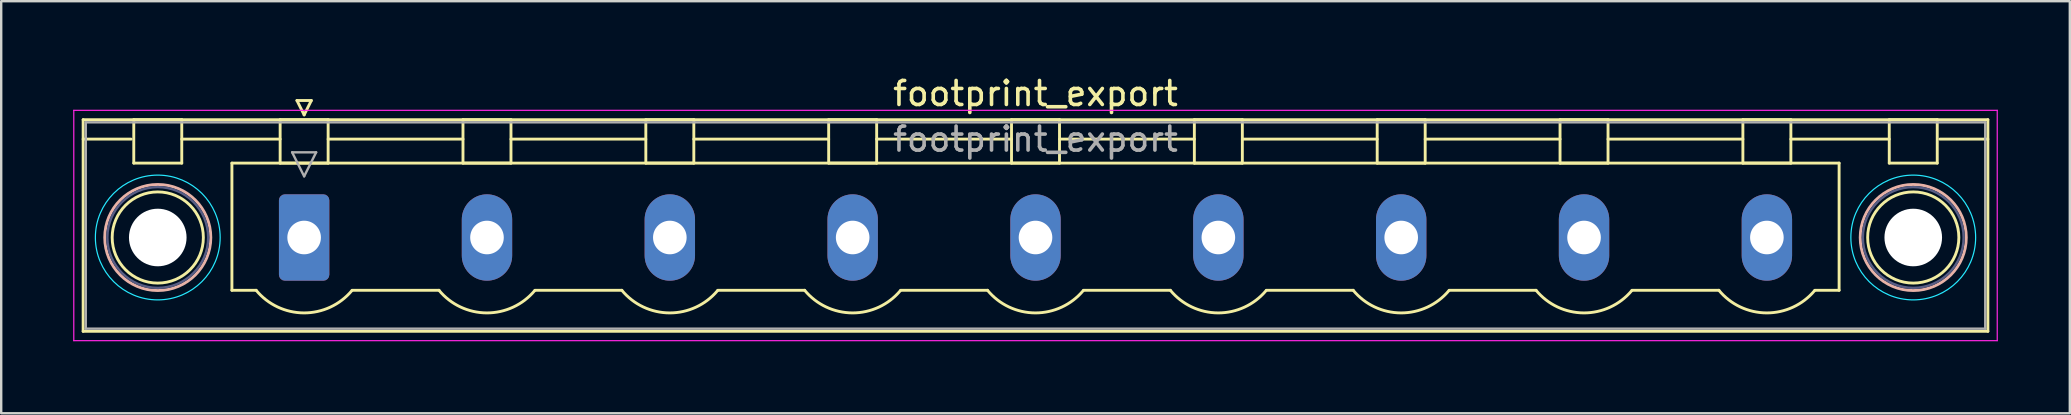
<source format=kicad_pcb>
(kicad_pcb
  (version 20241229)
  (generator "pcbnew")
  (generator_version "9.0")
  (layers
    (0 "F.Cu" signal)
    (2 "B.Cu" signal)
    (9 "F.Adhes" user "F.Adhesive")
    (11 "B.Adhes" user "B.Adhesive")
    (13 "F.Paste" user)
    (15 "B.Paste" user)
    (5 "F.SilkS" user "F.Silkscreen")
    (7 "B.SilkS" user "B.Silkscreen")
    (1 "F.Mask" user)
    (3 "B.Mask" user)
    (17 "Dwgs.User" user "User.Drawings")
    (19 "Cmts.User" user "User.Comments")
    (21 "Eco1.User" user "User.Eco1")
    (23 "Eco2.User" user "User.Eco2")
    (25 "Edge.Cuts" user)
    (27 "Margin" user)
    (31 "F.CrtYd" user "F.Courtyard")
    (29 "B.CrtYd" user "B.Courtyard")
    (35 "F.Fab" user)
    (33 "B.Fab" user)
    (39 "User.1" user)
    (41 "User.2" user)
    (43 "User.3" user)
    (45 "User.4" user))
  (footprint "footprint_export"
    (layer "F.Cu")
    (at 9.625 6.848)
    (property "Reference" "footprint_export" (at 30.48 -6 0) (layer "F.SilkS") (effects (font (size 1 1) (thickness 0.15))))
    (attr through_hole)
    (fp_line (start -9.21 -4.91) (end -9.21 3.91) (stroke (width 0.12) (type solid)) (layer "F.SilkS"))
    (fp_line (start -9.21 -4.1) (end -7.21 -4.1) (stroke (width 0.12) (type solid)) (layer "F.SilkS"))
    (fp_line (start -9.21 3.91) (end 70.17 3.91) (stroke (width 0.12) (type solid)) (layer "F.SilkS"))
    (fp_line (start -7.1 -4.91) (end -5.1 -4.91) (stroke (width 0.12) (type solid)) (layer "F.SilkS"))
    (fp_line (start -7.1 -3.1) (end -7.1 -4.91) (stroke (width 0.12) (type solid)) (layer "F.SilkS"))
    (fp_line (start -5.1 -4.91) (end -5.1 -3.1) (stroke (width 0.12) (type solid)) (layer "F.SilkS"))
    (fp_line (start -5.1 -4.1) (end -1 -4.1) (stroke (width 0.12) (type solid)) (layer "F.SilkS"))
    (fp_line (start -5.1 -3.1) (end -7.1 -3.1) (stroke (width 0.12) (type solid)) (layer "F.SilkS"))
    (fp_line (start -3.01 -3.1) (end 63.97 -3.1) (stroke (width 0.12) (type solid)) (layer "F.SilkS"))
    (fp_line (start -3.01 2.2) (end -3.01 -3.1) (stroke (width 0.12) (type solid)) (layer "F.SilkS"))
    (fp_line (start -2 2.2) (end -3.01 2.2) (stroke (width 0.12) (type solid)) (layer "F.SilkS"))
    (fp_line (start -1 -4.91) (end 1 -4.91) (stroke (width 0.12) (type solid)) (layer "F.SilkS"))
    (fp_line (start -1 -3.1) (end -1 -4.91) (stroke (width 0.12) (type solid)) (layer "F.SilkS"))
    (fp_line (start -0.3 -5.71) (end 0.3 -5.71) (stroke (width 0.12) (type solid)) (layer "F.SilkS"))
    (fp_line (start 0 -5.11) (end -0.3 -5.71) (stroke (width 0.12) (type solid)) (layer "F.SilkS"))
    (fp_line (start 0.3 -5.71) (end 0 -5.11) (stroke (width 0.12) (type solid)) (layer "F.SilkS"))
    (fp_line (start 1 -4.91) (end 1 -3.1) (stroke (width 0.12) (type solid)) (layer "F.SilkS"))
    (fp_line (start 1 -4.1) (end 6.62 -4.1) (stroke (width 0.12) (type solid)) (layer "F.SilkS"))
    (fp_line (start 1 -3.1) (end -1 -3.1) (stroke (width 0.12) (type solid)) (layer "F.SilkS"))
    (fp_line (start 2 2.2) (end 5.62 2.2) (stroke (width 0.12) (type solid)) (layer "F.SilkS"))
    (fp_line (start 6.62 -4.91) (end 8.62 -4.91) (stroke (width 0.12) (type solid)) (layer "F.SilkS"))
    (fp_line (start 6.62 -3.1) (end 6.62 -4.91) (stroke (width 0.12) (type solid)) (layer "F.SilkS"))
    (fp_line (start 8.62 -4.91) (end 8.62 -3.1) (stroke (width 0.12) (type solid)) (layer "F.SilkS"))
    (fp_line (start 8.62 -4.1) (end 14.24 -4.1) (stroke (width 0.12) (type solid)) (layer "F.SilkS"))
    (fp_line (start 8.62 -3.1) (end 6.62 -3.1) (stroke (width 0.12) (type solid)) (layer "F.SilkS"))
    (fp_line (start 9.62 2.2) (end 13.24 2.2) (stroke (width 0.12) (type solid)) (layer "F.SilkS"))
    (fp_line (start 14.24 -4.91) (end 16.24 -4.91) (stroke (width 0.12) (type solid)) (layer "F.SilkS"))
    (fp_line (start 14.24 -3.1) (end 14.24 -4.91) (stroke (width 0.12) (type solid)) (layer "F.SilkS"))
    (fp_line (start 16.24 -4.91) (end 16.24 -3.1) (stroke (width 0.12) (type solid)) (layer "F.SilkS"))
    (fp_line (start 16.24 -4.1) (end 21.86 -4.1) (stroke (width 0.12) (type solid)) (layer "F.SilkS"))
    (fp_line (start 16.24 -3.1) (end 14.24 -3.1) (stroke (width 0.12) (type solid)) (layer "F.SilkS"))
    (fp_line (start 17.24 2.2) (end 20.86 2.2) (stroke (width 0.12) (type solid)) (layer "F.SilkS"))
    (fp_line (start 21.86 -4.91) (end 23.86 -4.91) (stroke (width 0.12) (type solid)) (layer "F.SilkS"))
    (fp_line (start 21.86 -3.1) (end 21.86 -4.91) (stroke (width 0.12) (type solid)) (layer "F.SilkS"))
    (fp_line (start 23.86 -4.91) (end 23.86 -3.1) (stroke (width 0.12) (type solid)) (layer "F.SilkS"))
    (fp_line (start 23.86 -4.1) (end 29.48 -4.1) (stroke (width 0.12) (type solid)) (layer "F.SilkS"))
    (fp_line (start 23.86 -3.1) (end 21.86 -3.1) (stroke (width 0.12) (type solid)) (layer "F.SilkS"))
    (fp_line (start 24.86 2.2) (end 28.48 2.2) (stroke (width 0.12) (type solid)) (layer "F.SilkS"))
    (fp_line (start 29.48 -4.91) (end 31.48 -4.91) (stroke (width 0.12) (type solid)) (layer "F.SilkS"))
    (fp_line (start 29.48 -3.1) (end 29.48 -4.91) (stroke (width 0.12) (type solid)) (layer "F.SilkS"))
    (fp_line (start 31.48 -4.91) (end 31.48 -3.1) (stroke (width 0.12) (type solid)) (layer "F.SilkS"))
    (fp_line (start 31.48 -4.1) (end 37.1 -4.1) (stroke (width 0.12) (type solid)) (layer "F.SilkS"))
    (fp_line (start 31.48 -3.1) (end 29.48 -3.1) (stroke (width 0.12) (type solid)) (layer "F.SilkS"))
    (fp_line (start 32.48 2.2) (end 36.1 2.2) (stroke (width 0.12) (type solid)) (layer "F.SilkS"))
    (fp_line (start 37.1 -4.91) (end 39.1 -4.91) (stroke (width 0.12) (type solid)) (layer "F.SilkS"))
    (fp_line (start 37.1 -3.1) (end 37.1 -4.91) (stroke (width 0.12) (type solid)) (layer "F.SilkS"))
    (fp_line (start 39.1 -4.91) (end 39.1 -3.1) (stroke (width 0.12) (type solid)) (layer "F.SilkS"))
    (fp_line (start 39.1 -4.1) (end 44.72 -4.1) (stroke (width 0.12) (type solid)) (layer "F.SilkS"))
    (fp_line (start 39.1 -3.1) (end 37.1 -3.1) (stroke (width 0.12) (type solid)) (layer "F.SilkS"))
    (fp_line (start 40.1 2.2) (end 43.72 2.2) (stroke (width 0.12) (type solid)) (layer "F.SilkS"))
    (fp_line (start 44.72 -4.91) (end 46.72 -4.91) (stroke (width 0.12) (type solid)) (layer "F.SilkS"))
    (fp_line (start 44.72 -3.1) (end 44.72 -4.91) (stroke (width 0.12) (type solid)) (layer "F.SilkS"))
    (fp_line (start 46.72 -4.91) (end 46.72 -3.1) (stroke (width 0.12) (type solid)) (layer "F.SilkS"))
    (fp_line (start 46.72 -4.1) (end 52.34 -4.1) (stroke (width 0.12) (type solid)) (layer "F.SilkS"))
    (fp_line (start 46.72 -3.1) (end 44.72 -3.1) (stroke (width 0.12) (type solid)) (layer "F.SilkS"))
    (fp_line (start 47.72 2.2) (end 51.34 2.2) (stroke (width 0.12) (type solid)) (layer "F.SilkS"))
    (fp_line (start 52.34 -4.91) (end 54.34 -4.91) (stroke (width 0.12) (type solid)) (layer "F.SilkS"))
    (fp_line (start 52.34 -3.1) (end 52.34 -4.91) (stroke (width 0.12) (type solid)) (layer "F.SilkS"))
    (fp_line (start 54.34 -4.91) (end 54.34 -3.1) (stroke (width 0.12) (type solid)) (layer "F.SilkS"))
    (fp_line (start 54.34 -4.1) (end 59.96 -4.1) (stroke (width 0.12) (type solid)) (layer "F.SilkS"))
    (fp_line (start 54.34 -3.1) (end 52.34 -3.1) (stroke (width 0.12) (type solid)) (layer "F.SilkS"))
    (fp_line (start 55.34 2.2) (end 58.96 2.2) (stroke (width 0.12) (type solid)) (layer "F.SilkS"))
    (fp_line (start 59.96 -4.91) (end 61.96 -4.91) (stroke (width 0.12) (type solid)) (layer "F.SilkS"))
    (fp_line (start 59.96 -3.1) (end 59.96 -4.91) (stroke (width 0.12) (type solid)) (layer "F.SilkS"))
    (fp_line (start 61.96 -4.91) (end 61.96 -3.1) (stroke (width 0.12) (type solid)) (layer "F.SilkS"))
    (fp_line (start 61.96 -4.1) (end 66.06 -4.1) (stroke (width 0.12) (type solid)) (layer "F.SilkS"))
    (fp_line (start 61.96 -3.1) (end 59.96 -3.1) (stroke (width 0.12) (type solid)) (layer "F.SilkS"))
    (fp_line (start 63.97 -3.1) (end 63.97 2.2) (stroke (width 0.12) (type solid)) (layer "F.SilkS"))
    (fp_line (start 63.97 2.2) (end 62.96 2.2) (stroke (width 0.12) (type solid)) (layer "F.SilkS"))
    (fp_line (start 66.06 -4.91) (end 68.06 -4.91) (stroke (width 0.12) (type solid)) (layer "F.SilkS"))
    (fp_line (start 66.06 -3.1) (end 66.06 -4.91) (stroke (width 0.12) (type solid)) (layer "F.SilkS"))
    (fp_line (start 68.06 -4.91) (end 68.06 -3.1) (stroke (width 0.12) (type solid)) (layer "F.SilkS"))
    (fp_line (start 68.06 -3.1) (end 66.06 -3.1) (stroke (width 0.12) (type solid)) (layer "F.SilkS"))
    (fp_line (start 70.17 -4.91) (end -9.21 -4.91) (stroke (width 0.12) (type solid)) (layer "F.SilkS"))
    (fp_line (start 70.17 -4.1) (end 68.17 -4.1) (stroke (width 0.12) (type solid)) (layer "F.SilkS"))
    (fp_line (start 70.17 3.91) (end 70.17 -4.91) (stroke (width 0.12) (type solid)) (layer "F.SilkS"))
    (fp_arc (start 1.986842 2.215821) (mid -0.010289 3.142758) (end -2 2.2) (stroke (width 0.12) (type solid)) (layer "F.SilkS"))
    (fp_arc (start 9.606842 2.215821) (mid 7.609711 3.142758) (end 5.62 2.2) (stroke (width 0.12) (type solid)) (layer "F.SilkS"))
    (fp_arc (start 17.226842 2.215821) (mid 15.229711 3.142758) (end 13.24 2.2) (stroke (width 0.12) (type solid)) (layer "F.SilkS"))
    (fp_arc (start 24.846842 2.215821) (mid 22.849711 3.142758) (end 20.86 2.2) (stroke (width 0.12) (type solid)) (layer "F.SilkS"))
    (fp_arc (start 32.466842 2.215821) (mid 30.469711 3.142758) (end 28.48 2.2) (stroke (width 0.12) (type solid)) (layer "F.SilkS"))
    (fp_arc (start 40.086842 2.215821) (mid 38.089711 3.142758) (end 36.1 2.2) (stroke (width 0.12) (type solid)) (layer "F.SilkS"))
    (fp_arc (start 47.706842 2.215821) (mid 45.709711 3.142758) (end 43.72 2.2) (stroke (width 0.12) (type solid)) (layer "F.SilkS"))
    (fp_arc (start 55.326842 2.215821) (mid 53.329711 3.142758) (end 51.34 2.2) (stroke (width 0.12) (type solid)) (layer "F.SilkS"))
    (fp_arc (start 62.946842 2.215821) (mid 60.949711 3.142758) (end 58.96 2.2) (stroke (width 0.12) (type solid)) (layer "F.SilkS"))
    (fp_circle (center -6.1 0) (end -4.2 0) (stroke (width 0.12) (type solid)) (fill no) (layer "F.SilkS"))
    (fp_circle (center 67.06 0) (end 68.96 0) (stroke (width 0.12) (type solid)) (fill no) (layer "F.SilkS"))
    (fp_circle (center -6.1 0) (end -3.89 0) (stroke (width 0.12) (type solid)) (fill no) (layer "B.SilkS"))
    (fp_circle (center 67.06 0) (end 69.27 0) (stroke (width 0.12) (type solid)) (fill no) (layer "B.SilkS"))
    (fp_circle (center -6.1 0) (end -3.5 0) (stroke (width 0.05) (type solid)) (fill no) (layer "B.CrtYd"))
    (fp_circle (center 67.06 0) (end 69.66 0) (stroke (width 0.05) (type solid)) (fill no) (layer "B.CrtYd"))
    (fp_line (start -9.6 -5.3) (end -9.6 4.3) (stroke (width 0.05) (type solid)) (layer "F.CrtYd"))
    (fp_line (start -9.6 4.3) (end 70.56 4.3) (stroke (width 0.05) (type solid)) (layer "F.CrtYd"))
    (fp_line (start 70.56 -5.3) (end -9.6 -5.3) (stroke (width 0.05) (type solid)) (layer "F.CrtYd"))
    (fp_line (start 70.56 4.3) (end 70.56 -5.3) (stroke (width 0.05) (type solid)) (layer "F.CrtYd"))
    (fp_circle (center -6.1 0) (end -4 0) (stroke (width 0.1) (type solid)) (fill no) (layer "B.Fab"))
    (fp_circle (center 67.06 0) (end 69.16 0) (stroke (width 0.1) (type solid)) (fill no) (layer "B.Fab"))
    (fp_line (start -9.1 -4.8) (end -9.1 3.8) (stroke (width 0.1) (type solid)) (layer "F.Fab"))
    (fp_line (start -9.1 3.8) (end 70.06 3.8) (stroke (width 0.1) (type solid)) (layer "F.Fab"))
    (fp_line (start -0.5 -3.55) (end 0.5 -3.55) (stroke (width 0.1) (type solid)) (layer "F.Fab"))
    (fp_line (start 0 -2.55) (end -0.5 -3.55) (stroke (width 0.1) (type solid)) (layer "F.Fab"))
    (fp_line (start 0.5 -3.55) (end 0 -2.55) (stroke (width 0.1) (type solid)) (layer "F.Fab"))
    (fp_line (start 70.06 -4.8) (end -9.1 -4.8) (stroke (width 0.1) (type solid)) (layer "F.Fab"))
    (fp_line (start 70.06 3.8) (end 70.06 -4.8) (stroke (width 0.1) (type solid)) (layer "F.Fab"))
    (fp_text user "${REFERENCE}" (at 30.48 -4.1 0) (layer "F.Fab") (effects (font (size 1 1) (thickness 0.15))))
    (pad "" np_thru_hole circle (at -6.1 0) (size 2.4 2.4) (drill 2.4) (layers "*.Cu" "*.Mask"))
    (pad "" np_thru_hole circle (at 67.06 0) (size 2.4 2.4) (drill 2.4) (layers "*.Cu" "*.Mask"))
    (pad "1" thru_hole roundrect (at 0 0) (size 2.1 3.6) (drill 1.4) (layers "*.Cu" "*.Mask") (roundrect_rratio 0.119))
    (pad "2" thru_hole oval (at 7.62 0) (size 2.1 3.6) (drill 1.4) (layers "*.Cu" "*.Mask"))
    (pad "3" thru_hole oval (at 15.24 0) (size 2.1 3.6) (drill 1.4) (layers "*.Cu" "*.Mask"))
    (pad "4" thru_hole oval (at 22.86 0) (size 2.1 3.6) (drill 1.4) (layers "*.Cu" "*.Mask"))
    (pad "5" thru_hole oval (at 30.48 0) (size 2.1 3.6) (drill 1.4) (layers "*.Cu" "*.Mask"))
    (pad "6" thru_hole oval (at 38.1 0) (size 2.1 3.6) (drill 1.4) (layers "*.Cu" "*.Mask"))
    (pad "7" thru_hole oval (at 45.72 0) (size 2.1 3.6) (drill 1.4) (layers "*.Cu" "*.Mask"))
    (pad "8" thru_hole oval (at 53.34 0) (size 2.1 3.6) (drill 1.4) (layers "*.Cu" "*.Mask"))
    (pad "9" thru_hole oval (at 60.96 0) (size 2.1 3.6) (drill 1.4) (layers "*.Cu" "*.Mask")))
  (gr_rect
    (start -3 -3)
    (end 83.21 14.173)
    (stroke (width 0.1) (type default))
    (fill no)
    (layer "Edge.Cuts")))
</source>
